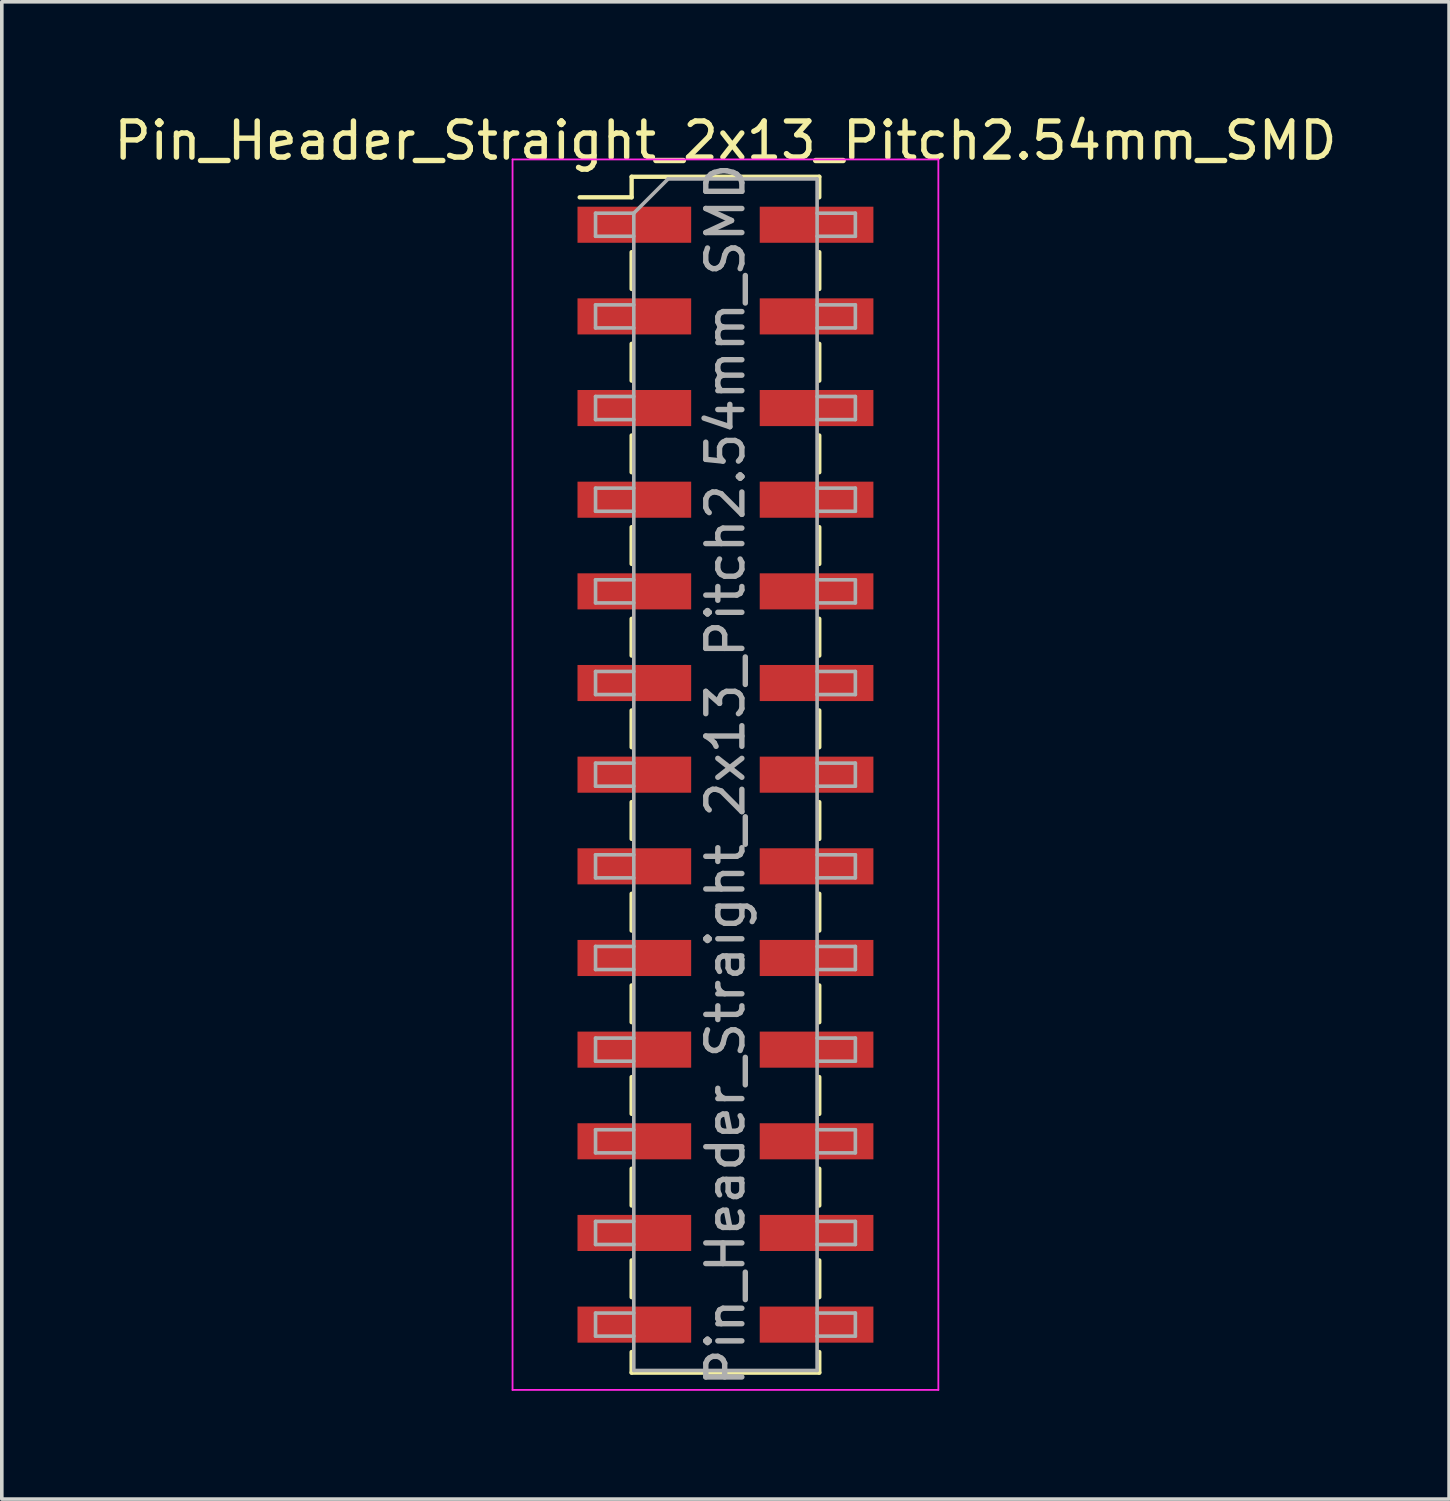
<source format=kicad_pcb>
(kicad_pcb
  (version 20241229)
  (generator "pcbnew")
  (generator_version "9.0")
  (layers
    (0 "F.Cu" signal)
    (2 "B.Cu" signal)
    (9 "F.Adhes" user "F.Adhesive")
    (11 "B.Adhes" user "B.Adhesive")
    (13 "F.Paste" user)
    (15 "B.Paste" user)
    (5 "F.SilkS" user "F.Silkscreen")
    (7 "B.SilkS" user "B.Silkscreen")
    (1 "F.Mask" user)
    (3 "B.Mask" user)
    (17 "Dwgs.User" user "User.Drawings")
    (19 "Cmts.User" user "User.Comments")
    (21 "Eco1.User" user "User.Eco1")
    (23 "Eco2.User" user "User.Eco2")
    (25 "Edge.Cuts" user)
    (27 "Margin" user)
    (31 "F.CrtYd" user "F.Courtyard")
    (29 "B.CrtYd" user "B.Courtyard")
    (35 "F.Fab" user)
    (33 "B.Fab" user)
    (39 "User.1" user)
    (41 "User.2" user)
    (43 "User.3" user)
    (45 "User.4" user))
  (footprint "Pin_Header_Straight_2x13_Pitch2.54mm_SMD"
    (layer "F.Cu")
    (at 17.054 18.418)
    (property "Reference" "Pin_Header_Straight_2x13_Pitch2.54mm_SMD" (at 0 -17.57 0) (layer "F.SilkS") (effects (font (size 1 1) (thickness 0.15))))
    (attr smd)
    (fp_line (start -4.04 -16) (end -2.6 -16) (stroke (width 0.12) (type solid)) (layer "F.SilkS"))
    (fp_line (start -2.6 -16.57) (end -2.6 -16) (stroke (width 0.12) (type solid)) (layer "F.SilkS"))
    (fp_line (start -2.6 -16.57) (end 2.6 -16.57) (stroke (width 0.12) (type solid)) (layer "F.SilkS"))
    (fp_line (start -2.6 -14.48) (end -2.6 -13.46) (stroke (width 0.12) (type solid)) (layer "F.SilkS"))
    (fp_line (start -2.6 -11.94) (end -2.6 -10.92) (stroke (width 0.12) (type solid)) (layer "F.SilkS"))
    (fp_line (start -2.6 -9.4) (end -2.6 -8.38) (stroke (width 0.12) (type solid)) (layer "F.SilkS"))
    (fp_line (start -2.6 -6.86) (end -2.6 -5.84) (stroke (width 0.12) (type solid)) (layer "F.SilkS"))
    (fp_line (start -2.6 -4.32) (end -2.6 -3.3) (stroke (width 0.12) (type solid)) (layer "F.SilkS"))
    (fp_line (start -2.6 -1.78) (end -2.6 -0.76) (stroke (width 0.12) (type solid)) (layer "F.SilkS"))
    (fp_line (start -2.6 0.76) (end -2.6 1.78) (stroke (width 0.12) (type solid)) (layer "F.SilkS"))
    (fp_line (start -2.6 3.3) (end -2.6 4.32) (stroke (width 0.12) (type solid)) (layer "F.SilkS"))
    (fp_line (start -2.6 5.84) (end -2.6 6.86) (stroke (width 0.12) (type solid)) (layer "F.SilkS"))
    (fp_line (start -2.6 8.38) (end -2.6 9.4) (stroke (width 0.12) (type solid)) (layer "F.SilkS"))
    (fp_line (start -2.6 10.92) (end -2.6 11.94) (stroke (width 0.12) (type solid)) (layer "F.SilkS"))
    (fp_line (start -2.6 13.46) (end -2.6 14.48) (stroke (width 0.12) (type solid)) (layer "F.SilkS"))
    (fp_line (start -2.6 16) (end -2.6 16.57) (stroke (width 0.12) (type solid)) (layer "F.SilkS"))
    (fp_line (start -2.6 16.57) (end 2.6 16.57) (stroke (width 0.12) (type solid)) (layer "F.SilkS"))
    (fp_line (start 2.6 -16.57) (end 2.6 -16) (stroke (width 0.12) (type solid)) (layer "F.SilkS"))
    (fp_line (start 2.6 -14.48) (end 2.6 -13.46) (stroke (width 0.12) (type solid)) (layer "F.SilkS"))
    (fp_line (start 2.6 -11.94) (end 2.6 -10.92) (stroke (width 0.12) (type solid)) (layer "F.SilkS"))
    (fp_line (start 2.6 -9.4) (end 2.6 -8.38) (stroke (width 0.12) (type solid)) (layer "F.SilkS"))
    (fp_line (start 2.6 -6.86) (end 2.6 -5.84) (stroke (width 0.12) (type solid)) (layer "F.SilkS"))
    (fp_line (start 2.6 -4.32) (end 2.6 -3.3) (stroke (width 0.12) (type solid)) (layer "F.SilkS"))
    (fp_line (start 2.6 -1.78) (end 2.6 -0.76) (stroke (width 0.12) (type solid)) (layer "F.SilkS"))
    (fp_line (start 2.6 0.76) (end 2.6 1.78) (stroke (width 0.12) (type solid)) (layer "F.SilkS"))
    (fp_line (start 2.6 3.3) (end 2.6 4.32) (stroke (width 0.12) (type solid)) (layer "F.SilkS"))
    (fp_line (start 2.6 5.84) (end 2.6 6.86) (stroke (width 0.12) (type solid)) (layer "F.SilkS"))
    (fp_line (start 2.6 8.38) (end 2.6 9.4) (stroke (width 0.12) (type solid)) (layer "F.SilkS"))
    (fp_line (start 2.6 10.92) (end 2.6 11.94) (stroke (width 0.12) (type solid)) (layer "F.SilkS"))
    (fp_line (start 2.6 13.46) (end 2.6 14.48) (stroke (width 0.12) (type solid)) (layer "F.SilkS"))
    (fp_line (start 2.6 16) (end 2.6 16.57) (stroke (width 0.12) (type solid)) (layer "F.SilkS"))
    (fp_line (start -5.9 -17.05) (end -5.9 17.05) (stroke (width 0.05) (type solid)) (layer "F.CrtYd"))
    (fp_line (start -5.9 17.05) (end 5.9 17.05) (stroke (width 0.05) (type solid)) (layer "F.CrtYd"))
    (fp_line (start 5.9 -17.05) (end -5.9 -17.05) (stroke (width 0.05) (type solid)) (layer "F.CrtYd"))
    (fp_line (start 5.9 17.05) (end 5.9 -17.05) (stroke (width 0.05) (type solid)) (layer "F.CrtYd"))
    (fp_line (start -3.6 -15.56) (end -3.6 -14.92) (stroke (width 0.1) (type solid)) (layer "F.Fab"))
    (fp_line (start -3.6 -14.92) (end -2.54 -14.92) (stroke (width 0.1) (type solid)) (layer "F.Fab"))
    (fp_line (start -3.6 -13.02) (end -3.6 -12.38) (stroke (width 0.1) (type solid)) (layer "F.Fab"))
    (fp_line (start -3.6 -12.38) (end -2.54 -12.38) (stroke (width 0.1) (type solid)) (layer "F.Fab"))
    (fp_line (start -3.6 -10.48) (end -3.6 -9.84) (stroke (width 0.1) (type solid)) (layer "F.Fab"))
    (fp_line (start -3.6 -9.84) (end -2.54 -9.84) (stroke (width 0.1) (type solid)) (layer "F.Fab"))
    (fp_line (start -3.6 -7.94) (end -3.6 -7.3) (stroke (width 0.1) (type solid)) (layer "F.Fab"))
    (fp_line (start -3.6 -7.3) (end -2.54 -7.3) (stroke (width 0.1) (type solid)) (layer "F.Fab"))
    (fp_line (start -3.6 -5.4) (end -3.6 -4.76) (stroke (width 0.1) (type solid)) (layer "F.Fab"))
    (fp_line (start -3.6 -4.76) (end -2.54 -4.76) (stroke (width 0.1) (type solid)) (layer "F.Fab"))
    (fp_line (start -3.6 -2.86) (end -3.6 -2.22) (stroke (width 0.1) (type solid)) (layer "F.Fab"))
    (fp_line (start -3.6 -2.22) (end -2.54 -2.22) (stroke (width 0.1) (type solid)) (layer "F.Fab"))
    (fp_line (start -3.6 -0.32) (end -3.6 0.32) (stroke (width 0.1) (type solid)) (layer "F.Fab"))
    (fp_line (start -3.6 0.32) (end -2.54 0.32) (stroke (width 0.1) (type solid)) (layer "F.Fab"))
    (fp_line (start -3.6 2.22) (end -3.6 2.86) (stroke (width 0.1) (type solid)) (layer "F.Fab"))
    (fp_line (start -3.6 2.86) (end -2.54 2.86) (stroke (width 0.1) (type solid)) (layer "F.Fab"))
    (fp_line (start -3.6 4.76) (end -3.6 5.4) (stroke (width 0.1) (type solid)) (layer "F.Fab"))
    (fp_line (start -3.6 5.4) (end -2.54 5.4) (stroke (width 0.1) (type solid)) (layer "F.Fab"))
    (fp_line (start -3.6 7.3) (end -3.6 7.94) (stroke (width 0.1) (type solid)) (layer "F.Fab"))
    (fp_line (start -3.6 7.94) (end -2.54 7.94) (stroke (width 0.1) (type solid)) (layer "F.Fab"))
    (fp_line (start -3.6 9.84) (end -3.6 10.48) (stroke (width 0.1) (type solid)) (layer "F.Fab"))
    (fp_line (start -3.6 10.48) (end -2.54 10.48) (stroke (width 0.1) (type solid)) (layer "F.Fab"))
    (fp_line (start -3.6 12.38) (end -3.6 13.02) (stroke (width 0.1) (type solid)) (layer "F.Fab"))
    (fp_line (start -3.6 13.02) (end -2.54 13.02) (stroke (width 0.1) (type solid)) (layer "F.Fab"))
    (fp_line (start -3.6 14.92) (end -3.6 15.56) (stroke (width 0.1) (type solid)) (layer "F.Fab"))
    (fp_line (start -3.6 15.56) (end -2.54 15.56) (stroke (width 0.1) (type solid)) (layer "F.Fab"))
    (fp_line (start -2.54 -15.56) (end -3.6 -15.56) (stroke (width 0.1) (type solid)) (layer "F.Fab"))
    (fp_line (start -2.54 -15.56) (end -1.59 -16.51) (stroke (width 0.1) (type solid)) (layer "F.Fab"))
    (fp_line (start -2.54 -13.02) (end -3.6 -13.02) (stroke (width 0.1) (type solid)) (layer "F.Fab"))
    (fp_line (start -2.54 -10.48) (end -3.6 -10.48) (stroke (width 0.1) (type solid)) (layer "F.Fab"))
    (fp_line (start -2.54 -7.94) (end -3.6 -7.94) (stroke (width 0.1) (type solid)) (layer "F.Fab"))
    (fp_line (start -2.54 -5.4) (end -3.6 -5.4) (stroke (width 0.1) (type solid)) (layer "F.Fab"))
    (fp_line (start -2.54 -2.86) (end -3.6 -2.86) (stroke (width 0.1) (type solid)) (layer "F.Fab"))
    (fp_line (start -2.54 -0.32) (end -3.6 -0.32) (stroke (width 0.1) (type solid)) (layer "F.Fab"))
    (fp_line (start -2.54 2.22) (end -3.6 2.22) (stroke (width 0.1) (type solid)) (layer "F.Fab"))
    (fp_line (start -2.54 4.76) (end -3.6 4.76) (stroke (width 0.1) (type solid)) (layer "F.Fab"))
    (fp_line (start -2.54 7.3) (end -3.6 7.3) (stroke (width 0.1) (type solid)) (layer "F.Fab"))
    (fp_line (start -2.54 9.84) (end -3.6 9.84) (stroke (width 0.1) (type solid)) (layer "F.Fab"))
    (fp_line (start -2.54 12.38) (end -3.6 12.38) (stroke (width 0.1) (type solid)) (layer "F.Fab"))
    (fp_line (start -2.54 14.92) (end -3.6 14.92) (stroke (width 0.1) (type solid)) (layer "F.Fab"))
    (fp_line (start -2.54 16.51) (end -2.54 -15.56) (stroke (width 0.1) (type solid)) (layer "F.Fab"))
    (fp_line (start -1.59 -16.51) (end 2.54 -16.51) (stroke (width 0.1) (type solid)) (layer "F.Fab"))
    (fp_line (start 2.54 -16.51) (end 2.54 16.51) (stroke (width 0.1) (type solid)) (layer "F.Fab"))
    (fp_line (start 2.54 -15.56) (end 3.6 -15.56) (stroke (width 0.1) (type solid)) (layer "F.Fab"))
    (fp_line (start 2.54 -13.02) (end 3.6 -13.02) (stroke (width 0.1) (type solid)) (layer "F.Fab"))
    (fp_line (start 2.54 -10.48) (end 3.6 -10.48) (stroke (width 0.1) (type solid)) (layer "F.Fab"))
    (fp_line (start 2.54 -7.94) (end 3.6 -7.94) (stroke (width 0.1) (type solid)) (layer "F.Fab"))
    (fp_line (start 2.54 -5.4) (end 3.6 -5.4) (stroke (width 0.1) (type solid)) (layer "F.Fab"))
    (fp_line (start 2.54 -2.86) (end 3.6 -2.86) (stroke (width 0.1) (type solid)) (layer "F.Fab"))
    (fp_line (start 2.54 -0.32) (end 3.6 -0.32) (stroke (width 0.1) (type solid)) (layer "F.Fab"))
    (fp_line (start 2.54 2.22) (end 3.6 2.22) (stroke (width 0.1) (type solid)) (layer "F.Fab"))
    (fp_line (start 2.54 4.76) (end 3.6 4.76) (stroke (width 0.1) (type solid)) (layer "F.Fab"))
    (fp_line (start 2.54 7.3) (end 3.6 7.3) (stroke (width 0.1) (type solid)) (layer "F.Fab"))
    (fp_line (start 2.54 9.84) (end 3.6 9.84) (stroke (width 0.1) (type solid)) (layer "F.Fab"))
    (fp_line (start 2.54 12.38) (end 3.6 12.38) (stroke (width 0.1) (type solid)) (layer "F.Fab"))
    (fp_line (start 2.54 14.92) (end 3.6 14.92) (stroke (width 0.1) (type solid)) (layer "F.Fab"))
    (fp_line (start 2.54 16.51) (end -2.54 16.51) (stroke (width 0.1) (type solid)) (layer "F.Fab"))
    (fp_line (start 3.6 -15.56) (end 3.6 -14.92) (stroke (width 0.1) (type solid)) (layer "F.Fab"))
    (fp_line (start 3.6 -14.92) (end 2.54 -14.92) (stroke (width 0.1) (type solid)) (layer "F.Fab"))
    (fp_line (start 3.6 -13.02) (end 3.6 -12.38) (stroke (width 0.1) (type solid)) (layer "F.Fab"))
    (fp_line (start 3.6 -12.38) (end 2.54 -12.38) (stroke (width 0.1) (type solid)) (layer "F.Fab"))
    (fp_line (start 3.6 -10.48) (end 3.6 -9.84) (stroke (width 0.1) (type solid)) (layer "F.Fab"))
    (fp_line (start 3.6 -9.84) (end 2.54 -9.84) (stroke (width 0.1) (type solid)) (layer "F.Fab"))
    (fp_line (start 3.6 -7.94) (end 3.6 -7.3) (stroke (width 0.1) (type solid)) (layer "F.Fab"))
    (fp_line (start 3.6 -7.3) (end 2.54 -7.3) (stroke (width 0.1) (type solid)) (layer "F.Fab"))
    (fp_line (start 3.6 -5.4) (end 3.6 -4.76) (stroke (width 0.1) (type solid)) (layer "F.Fab"))
    (fp_line (start 3.6 -4.76) (end 2.54 -4.76) (stroke (width 0.1) (type solid)) (layer "F.Fab"))
    (fp_line (start 3.6 -2.86) (end 3.6 -2.22) (stroke (width 0.1) (type solid)) (layer "F.Fab"))
    (fp_line (start 3.6 -2.22) (end 2.54 -2.22) (stroke (width 0.1) (type solid)) (layer "F.Fab"))
    (fp_line (start 3.6 -0.32) (end 3.6 0.32) (stroke (width 0.1) (type solid)) (layer "F.Fab"))
    (fp_line (start 3.6 0.32) (end 2.54 0.32) (stroke (width 0.1) (type solid)) (layer "F.Fab"))
    (fp_line (start 3.6 2.22) (end 3.6 2.86) (stroke (width 0.1) (type solid)) (layer "F.Fab"))
    (fp_line (start 3.6 2.86) (end 2.54 2.86) (stroke (width 0.1) (type solid)) (layer "F.Fab"))
    (fp_line (start 3.6 4.76) (end 3.6 5.4) (stroke (width 0.1) (type solid)) (layer "F.Fab"))
    (fp_line (start 3.6 5.4) (end 2.54 5.4) (stroke (width 0.1) (type solid)) (layer "F.Fab"))
    (fp_line (start 3.6 7.3) (end 3.6 7.94) (stroke (width 0.1) (type solid)) (layer "F.Fab"))
    (fp_line (start 3.6 7.94) (end 2.54 7.94) (stroke (width 0.1) (type solid)) (layer "F.Fab"))
    (fp_line (start 3.6 9.84) (end 3.6 10.48) (stroke (width 0.1) (type solid)) (layer "F.Fab"))
    (fp_line (start 3.6 10.48) (end 2.54 10.48) (stroke (width 0.1) (type solid)) (layer "F.Fab"))
    (fp_line (start 3.6 12.38) (end 3.6 13.02) (stroke (width 0.1) (type solid)) (layer "F.Fab"))
    (fp_line (start 3.6 13.02) (end 2.54 13.02) (stroke (width 0.1) (type solid)) (layer "F.Fab"))
    (fp_line (start 3.6 14.92) (end 3.6 15.56) (stroke (width 0.1) (type solid)) (layer "F.Fab"))
    (fp_line (start 3.6 15.56) (end 2.54 15.56) (stroke (width 0.1) (type solid)) (layer "F.Fab"))
    (fp_text user "${REFERENCE}" (at 0 0 90) (layer "F.Fab") (effects (font (size 1 1) (thickness 0.15))))
    (pad "1" smd rect (at -2.525 -15.24) (size 3.15 1) (layers "F.Cu" "F.Mask" "F.Paste"))
    (pad "2" smd rect (at 2.525 -15.24) (size 3.15 1) (layers "F.Cu" "F.Mask" "F.Paste"))
    (pad "3" smd rect (at -2.525 -12.7) (size 3.15 1) (layers "F.Cu" "F.Mask" "F.Paste"))
    (pad "4" smd rect (at 2.525 -12.7) (size 3.15 1) (layers "F.Cu" "F.Mask" "F.Paste"))
    (pad "5" smd rect (at -2.525 -10.16) (size 3.15 1) (layers "F.Cu" "F.Mask" "F.Paste"))
    (pad "6" smd rect (at 2.525 -10.16) (size 3.15 1) (layers "F.Cu" "F.Mask" "F.Paste"))
    (pad "7" smd rect (at -2.525 -7.62) (size 3.15 1) (layers "F.Cu" "F.Mask" "F.Paste"))
    (pad "8" smd rect (at 2.525 -7.62) (size 3.15 1) (layers "F.Cu" "F.Mask" "F.Paste"))
    (pad "9" smd rect (at -2.525 -5.08) (size 3.15 1) (layers "F.Cu" "F.Mask" "F.Paste"))
    (pad "10" smd rect (at 2.525 -5.08) (size 3.15 1) (layers "F.Cu" "F.Mask" "F.Paste"))
    (pad "11" smd rect (at -2.525 -2.54) (size 3.15 1) (layers "F.Cu" "F.Mask" "F.Paste"))
    (pad "12" smd rect (at 2.525 -2.54) (size 3.15 1) (layers "F.Cu" "F.Mask" "F.Paste"))
    (pad "13" smd rect (at -2.525 0) (size 3.15 1) (layers "F.Cu" "F.Mask" "F.Paste"))
    (pad "14" smd rect (at 2.525 0) (size 3.15 1) (layers "F.Cu" "F.Mask" "F.Paste"))
    (pad "15" smd rect (at -2.525 2.54) (size 3.15 1) (layers "F.Cu" "F.Mask" "F.Paste"))
    (pad "16" smd rect (at 2.525 2.54) (size 3.15 1) (layers "F.Cu" "F.Mask" "F.Paste"))
    (pad "17" smd rect (at -2.525 5.08) (size 3.15 1) (layers "F.Cu" "F.Mask" "F.Paste"))
    (pad "18" smd rect (at 2.525 5.08) (size 3.15 1) (layers "F.Cu" "F.Mask" "F.Paste"))
    (pad "19" smd rect (at -2.525 7.62) (size 3.15 1) (layers "F.Cu" "F.Mask" "F.Paste"))
    (pad "20" smd rect (at 2.525 7.62) (size 3.15 1) (layers "F.Cu" "F.Mask" "F.Paste"))
    (pad "21" smd rect (at -2.525 10.16) (size 3.15 1) (layers "F.Cu" "F.Mask" "F.Paste"))
    (pad "22" smd rect (at 2.525 10.16) (size 3.15 1) (layers "F.Cu" "F.Mask" "F.Paste"))
    (pad "23" smd rect (at -2.525 12.7) (size 3.15 1) (layers "F.Cu" "F.Mask" "F.Paste"))
    (pad "24" smd rect (at 2.525 12.7) (size 3.15 1) (layers "F.Cu" "F.Mask" "F.Paste"))
    (pad "25" smd rect (at -2.525 15.24) (size 3.15 1) (layers "F.Cu" "F.Mask" "F.Paste"))
    (pad "26" smd rect (at 2.525 15.24) (size 3.15 1) (layers "F.Cu" "F.Mask" "F.Paste")))
  (gr_rect
    (start -3 -3)
    (end 37.107 38.493)
    (stroke (width 0.1) (type default))
    (fill no)
    (layer "Edge.Cuts")))
</source>
